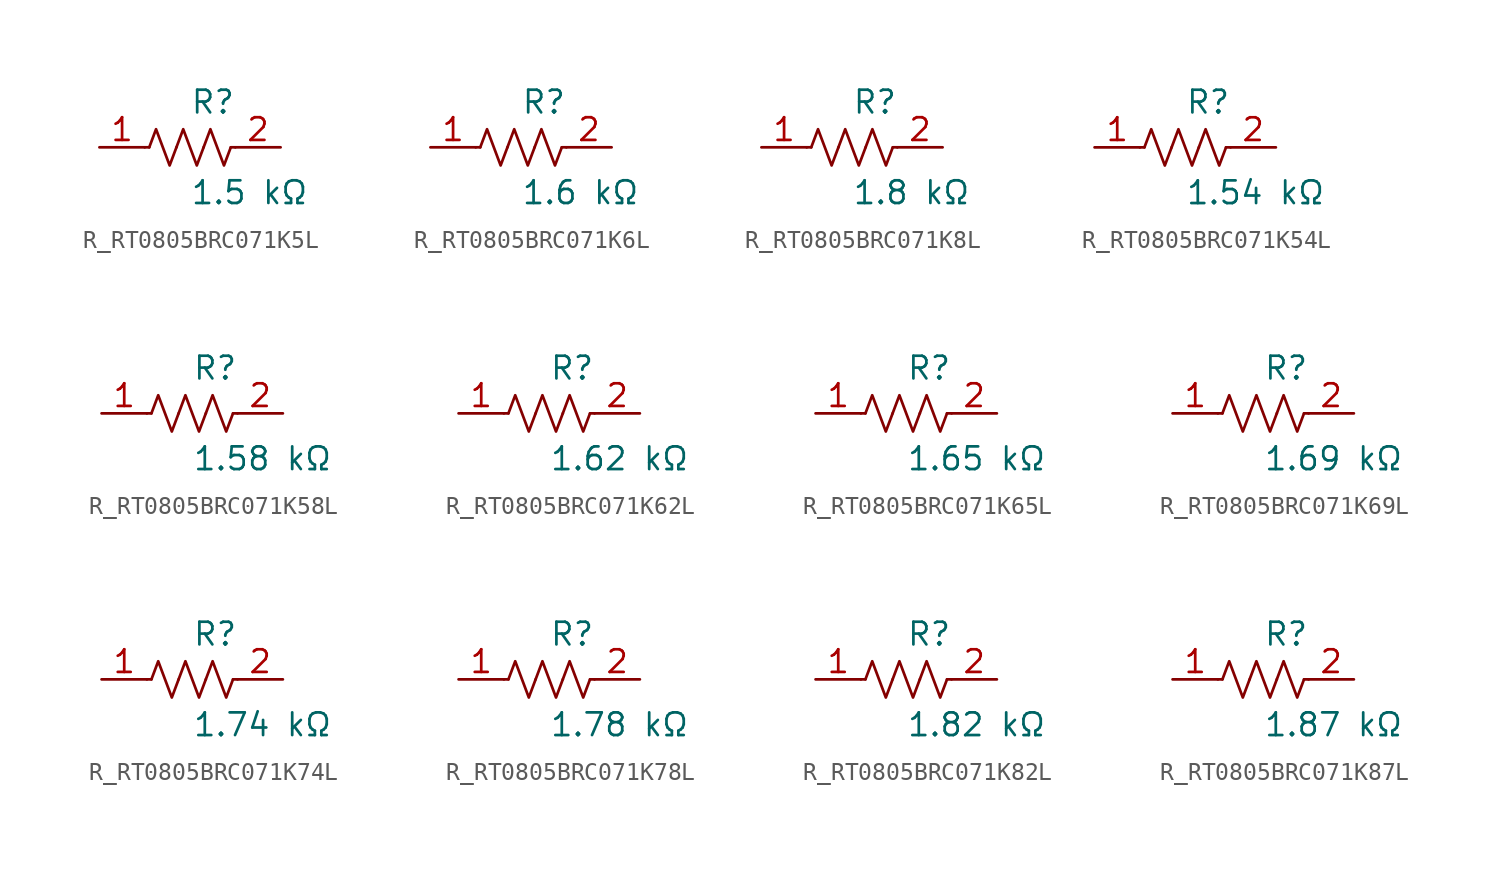
<source format=kicad_sym>
(kicad_symbol_lib
  (version 20231120)
  (generator kicad_symbol_editor)
  (generator_version 8.0)
  (symbol "R_RT0805BRC071K5L"
    (pin_names
      (offset 0.254))
    (property "Reference" "R"
      (at 0.0 2.54 0)
      (effects (font (size 1.27 1.27)) (justify left)))
    (property "Value" "1.5 kΩ"
      (at 0.0 -2.54 0)
      (effects (font (size 1.27 1.27)) (justify left)))
    (symbol "R_RT0805BRC071K5L_0_1"
      (polyline (pts (xy 2.286 0) (xy 2.54 0)) (stroke (width 0) (type default)) (fill (type none)))
      (polyline (pts (xy -2.286 0) (xy -2.54 0)) (stroke (width 0) (type default)) (fill (type none)))
      (polyline (pts (xy 0.762 0) (xy 1.143 1.016) (xy 1.524 0) (xy 1.905 -1.016) (xy 2.286 0)) (stroke (width 0) (type default)) (fill (type none)))
      (polyline (pts (xy -0.762 0) (xy -0.381 1.016) (xy 0 0) (xy 0.381 -1.016) (xy 0.762 0)) (stroke (width 0) (type default)) (fill (type none)))
      (polyline (pts (xy -2.286 0) (xy -1.905 1.016) (xy -1.524 0) (xy -1.143 -1.016) (xy -0.762 0)) (stroke (width 0) (type default)) (fill (type none))))
    (pin unspecified line
      (at -5.08 0 0)
      (length 2.54)
      (name "" (effects (font (size 1.27 1.27))))
      (number "1" (effects (font (size 1.27 1.27)))))
    (pin unspecified line
      (at 5.08 0 180)
      (length 2.54)
      (name "" (effects (font (size 1.27 1.27))))
      (number "2" (effects (font (size 1.27 1.27))))))
  (symbol "R_RT0805BRC071K6L"
    (pin_names
      (offset 0.254))
    (property "Reference" "R"
      (at 0.0 2.54 0)
      (effects (font (size 1.27 1.27)) (justify left)))
    (property "Value" "1.6 kΩ"
      (at 0.0 -2.54 0)
      (effects (font (size 1.27 1.27)) (justify left)))
    (symbol "R_RT0805BRC071K6L_0_1"
      (polyline (pts (xy 2.286 0) (xy 2.54 0)) (stroke (width 0) (type default)) (fill (type none)))
      (polyline (pts (xy -2.286 0) (xy -2.54 0)) (stroke (width 0) (type default)) (fill (type none)))
      (polyline (pts (xy 0.762 0) (xy 1.143 1.016) (xy 1.524 0) (xy 1.905 -1.016) (xy 2.286 0)) (stroke (width 0) (type default)) (fill (type none)))
      (polyline (pts (xy -0.762 0) (xy -0.381 1.016) (xy 0 0) (xy 0.381 -1.016) (xy 0.762 0)) (stroke (width 0) (type default)) (fill (type none)))
      (polyline (pts (xy -2.286 0) (xy -1.905 1.016) (xy -1.524 0) (xy -1.143 -1.016) (xy -0.762 0)) (stroke (width 0) (type default)) (fill (type none))))
    (pin unspecified line
      (at -5.08 0 0)
      (length 2.54)
      (name "" (effects (font (size 1.27 1.27))))
      (number "1" (effects (font (size 1.27 1.27)))))
    (pin unspecified line
      (at 5.08 0 180)
      (length 2.54)
      (name "" (effects (font (size 1.27 1.27))))
      (number "2" (effects (font (size 1.27 1.27))))))
  (symbol "R_RT0805BRC071K8L"
    (pin_names
      (offset 0.254))
    (property "Reference" "R"
      (at 0.0 2.54 0)
      (effects (font (size 1.27 1.27)) (justify left)))
    (property "Value" "1.8 kΩ"
      (at 0.0 -2.54 0)
      (effects (font (size 1.27 1.27)) (justify left)))
    (symbol "R_RT0805BRC071K8L_0_1"
      (polyline (pts (xy 2.286 0) (xy 2.54 0)) (stroke (width 0) (type default)) (fill (type none)))
      (polyline (pts (xy -2.286 0) (xy -2.54 0)) (stroke (width 0) (type default)) (fill (type none)))
      (polyline (pts (xy 0.762 0) (xy 1.143 1.016) (xy 1.524 0) (xy 1.905 -1.016) (xy 2.286 0)) (stroke (width 0) (type default)) (fill (type none)))
      (polyline (pts (xy -0.762 0) (xy -0.381 1.016) (xy 0 0) (xy 0.381 -1.016) (xy 0.762 0)) (stroke (width 0) (type default)) (fill (type none)))
      (polyline (pts (xy -2.286 0) (xy -1.905 1.016) (xy -1.524 0) (xy -1.143 -1.016) (xy -0.762 0)) (stroke (width 0) (type default)) (fill (type none))))
    (pin unspecified line
      (at -5.08 0 0)
      (length 2.54)
      (name "" (effects (font (size 1.27 1.27))))
      (number "1" (effects (font (size 1.27 1.27)))))
    (pin unspecified line
      (at 5.08 0 180)
      (length 2.54)
      (name "" (effects (font (size 1.27 1.27))))
      (number "2" (effects (font (size 1.27 1.27))))))
  (symbol "R_RT0805BRC071K54L"
    (pin_names
      (offset 0.254))
    (property "Reference" "R"
      (at 0.0 2.54 0)
      (effects (font (size 1.27 1.27)) (justify left)))
    (property "Value" "1.54 kΩ"
      (at 0.0 -2.54 0)
      (effects (font (size 1.27 1.27)) (justify left)))
    (symbol "R_RT0805BRC071K54L_0_1"
      (polyline (pts (xy 2.286 0) (xy 2.54 0)) (stroke (width 0) (type default)) (fill (type none)))
      (polyline (pts (xy -2.286 0) (xy -2.54 0)) (stroke (width 0) (type default)) (fill (type none)))
      (polyline (pts (xy 0.762 0) (xy 1.143 1.016) (xy 1.524 0) (xy 1.905 -1.016) (xy 2.286 0)) (stroke (width 0) (type default)) (fill (type none)))
      (polyline (pts (xy -0.762 0) (xy -0.381 1.016) (xy 0 0) (xy 0.381 -1.016) (xy 0.762 0)) (stroke (width 0) (type default)) (fill (type none)))
      (polyline (pts (xy -2.286 0) (xy -1.905 1.016) (xy -1.524 0) (xy -1.143 -1.016) (xy -0.762 0)) (stroke (width 0) (type default)) (fill (type none))))
    (pin unspecified line
      (at -5.08 0 0)
      (length 2.54)
      (name "" (effects (font (size 1.27 1.27))))
      (number "1" (effects (font (size 1.27 1.27)))))
    (pin unspecified line
      (at 5.08 0 180)
      (length 2.54)
      (name "" (effects (font (size 1.27 1.27))))
      (number "2" (effects (font (size 1.27 1.27))))))
  (symbol "R_RT0805BRC071K58L"
    (pin_names
      (offset 0.254))
    (property "Reference" "R"
      (at 0.0 2.54 0)
      (effects (font (size 1.27 1.27)) (justify left)))
    (property "Value" "1.58 kΩ"
      (at 0.0 -2.54 0)
      (effects (font (size 1.27 1.27)) (justify left)))
    (symbol "R_RT0805BRC071K58L_0_1"
      (polyline (pts (xy 2.286 0) (xy 2.54 0)) (stroke (width 0) (type default)) (fill (type none)))
      (polyline (pts (xy -2.286 0) (xy -2.54 0)) (stroke (width 0) (type default)) (fill (type none)))
      (polyline (pts (xy 0.762 0) (xy 1.143 1.016) (xy 1.524 0) (xy 1.905 -1.016) (xy 2.286 0)) (stroke (width 0) (type default)) (fill (type none)))
      (polyline (pts (xy -0.762 0) (xy -0.381 1.016) (xy 0 0) (xy 0.381 -1.016) (xy 0.762 0)) (stroke (width 0) (type default)) (fill (type none)))
      (polyline (pts (xy -2.286 0) (xy -1.905 1.016) (xy -1.524 0) (xy -1.143 -1.016) (xy -0.762 0)) (stroke (width 0) (type default)) (fill (type none))))
    (pin unspecified line
      (at -5.08 0 0)
      (length 2.54)
      (name "" (effects (font (size 1.27 1.27))))
      (number "1" (effects (font (size 1.27 1.27)))))
    (pin unspecified line
      (at 5.08 0 180)
      (length 2.54)
      (name "" (effects (font (size 1.27 1.27))))
      (number "2" (effects (font (size 1.27 1.27))))))
  (symbol "R_RT0805BRC071K62L"
    (pin_names
      (offset 0.254))
    (property "Reference" "R"
      (at 0.0 2.54 0)
      (effects (font (size 1.27 1.27)) (justify left)))
    (property "Value" "1.62 kΩ"
      (at 0.0 -2.54 0)
      (effects (font (size 1.27 1.27)) (justify left)))
    (symbol "R_RT0805BRC071K62L_0_1"
      (polyline (pts (xy 2.286 0) (xy 2.54 0)) (stroke (width 0) (type default)) (fill (type none)))
      (polyline (pts (xy -2.286 0) (xy -2.54 0)) (stroke (width 0) (type default)) (fill (type none)))
      (polyline (pts (xy 0.762 0) (xy 1.143 1.016) (xy 1.524 0) (xy 1.905 -1.016) (xy 2.286 0)) (stroke (width 0) (type default)) (fill (type none)))
      (polyline (pts (xy -0.762 0) (xy -0.381 1.016) (xy 0 0) (xy 0.381 -1.016) (xy 0.762 0)) (stroke (width 0) (type default)) (fill (type none)))
      (polyline (pts (xy -2.286 0) (xy -1.905 1.016) (xy -1.524 0) (xy -1.143 -1.016) (xy -0.762 0)) (stroke (width 0) (type default)) (fill (type none))))
    (pin unspecified line
      (at -5.08 0 0)
      (length 2.54)
      (name "" (effects (font (size 1.27 1.27))))
      (number "1" (effects (font (size 1.27 1.27)))))
    (pin unspecified line
      (at 5.08 0 180)
      (length 2.54)
      (name "" (effects (font (size 1.27 1.27))))
      (number "2" (effects (font (size 1.27 1.27))))))
  (symbol "R_RT0805BRC071K65L"
    (pin_names
      (offset 0.254))
    (property "Reference" "R"
      (at 0.0 2.54 0)
      (effects (font (size 1.27 1.27)) (justify left)))
    (property "Value" "1.65 kΩ"
      (at 0.0 -2.54 0)
      (effects (font (size 1.27 1.27)) (justify left)))
    (symbol "R_RT0805BRC071K65L_0_1"
      (polyline (pts (xy 2.286 0) (xy 2.54 0)) (stroke (width 0) (type default)) (fill (type none)))
      (polyline (pts (xy -2.286 0) (xy -2.54 0)) (stroke (width 0) (type default)) (fill (type none)))
      (polyline (pts (xy 0.762 0) (xy 1.143 1.016) (xy 1.524 0) (xy 1.905 -1.016) (xy 2.286 0)) (stroke (width 0) (type default)) (fill (type none)))
      (polyline (pts (xy -0.762 0) (xy -0.381 1.016) (xy 0 0) (xy 0.381 -1.016) (xy 0.762 0)) (stroke (width 0) (type default)) (fill (type none)))
      (polyline (pts (xy -2.286 0) (xy -1.905 1.016) (xy -1.524 0) (xy -1.143 -1.016) (xy -0.762 0)) (stroke (width 0) (type default)) (fill (type none))))
    (pin unspecified line
      (at -5.08 0 0)
      (length 2.54)
      (name "" (effects (font (size 1.27 1.27))))
      (number "1" (effects (font (size 1.27 1.27)))))
    (pin unspecified line
      (at 5.08 0 180)
      (length 2.54)
      (name "" (effects (font (size 1.27 1.27))))
      (number "2" (effects (font (size 1.27 1.27))))))
  (symbol "R_RT0805BRC071K69L"
    (pin_names
      (offset 0.254))
    (property "Reference" "R"
      (at 0.0 2.54 0)
      (effects (font (size 1.27 1.27)) (justify left)))
    (property "Value" "1.69 kΩ"
      (at 0.0 -2.54 0)
      (effects (font (size 1.27 1.27)) (justify left)))
    (symbol "R_RT0805BRC071K69L_0_1"
      (polyline (pts (xy 2.286 0) (xy 2.54 0)) (stroke (width 0) (type default)) (fill (type none)))
      (polyline (pts (xy -2.286 0) (xy -2.54 0)) (stroke (width 0) (type default)) (fill (type none)))
      (polyline (pts (xy 0.762 0) (xy 1.143 1.016) (xy 1.524 0) (xy 1.905 -1.016) (xy 2.286 0)) (stroke (width 0) (type default)) (fill (type none)))
      (polyline (pts (xy -0.762 0) (xy -0.381 1.016) (xy 0 0) (xy 0.381 -1.016) (xy 0.762 0)) (stroke (width 0) (type default)) (fill (type none)))
      (polyline (pts (xy -2.286 0) (xy -1.905 1.016) (xy -1.524 0) (xy -1.143 -1.016) (xy -0.762 0)) (stroke (width 0) (type default)) (fill (type none))))
    (pin unspecified line
      (at -5.08 0 0)
      (length 2.54)
      (name "" (effects (font (size 1.27 1.27))))
      (number "1" (effects (font (size 1.27 1.27)))))
    (pin unspecified line
      (at 5.08 0 180)
      (length 2.54)
      (name "" (effects (font (size 1.27 1.27))))
      (number "2" (effects (font (size 1.27 1.27))))))
  (symbol "R_RT0805BRC071K74L"
    (pin_names
      (offset 0.254))
    (property "Reference" "R"
      (at 0.0 2.54 0)
      (effects (font (size 1.27 1.27)) (justify left)))
    (property "Value" "1.74 kΩ"
      (at 0.0 -2.54 0)
      (effects (font (size 1.27 1.27)) (justify left)))
    (symbol "R_RT0805BRC071K74L_0_1"
      (polyline (pts (xy 2.286 0) (xy 2.54 0)) (stroke (width 0) (type default)) (fill (type none)))
      (polyline (pts (xy -2.286 0) (xy -2.54 0)) (stroke (width 0) (type default)) (fill (type none)))
      (polyline (pts (xy 0.762 0) (xy 1.143 1.016) (xy 1.524 0) (xy 1.905 -1.016) (xy 2.286 0)) (stroke (width 0) (type default)) (fill (type none)))
      (polyline (pts (xy -0.762 0) (xy -0.381 1.016) (xy 0 0) (xy 0.381 -1.016) (xy 0.762 0)) (stroke (width 0) (type default)) (fill (type none)))
      (polyline (pts (xy -2.286 0) (xy -1.905 1.016) (xy -1.524 0) (xy -1.143 -1.016) (xy -0.762 0)) (stroke (width 0) (type default)) (fill (type none))))
    (pin unspecified line
      (at -5.08 0 0)
      (length 2.54)
      (name "" (effects (font (size 1.27 1.27))))
      (number "1" (effects (font (size 1.27 1.27)))))
    (pin unspecified line
      (at 5.08 0 180)
      (length 2.54)
      (name "" (effects (font (size 1.27 1.27))))
      (number "2" (effects (font (size 1.27 1.27))))))
  (symbol "R_RT0805BRC071K78L"
    (pin_names
      (offset 0.254))
    (property "Reference" "R"
      (at 0.0 2.54 0)
      (effects (font (size 1.27 1.27)) (justify left)))
    (property "Value" "1.78 kΩ"
      (at 0.0 -2.54 0)
      (effects (font (size 1.27 1.27)) (justify left)))
    (symbol "R_RT0805BRC071K78L_0_1"
      (polyline (pts (xy 2.286 0) (xy 2.54 0)) (stroke (width 0) (type default)) (fill (type none)))
      (polyline (pts (xy -2.286 0) (xy -2.54 0)) (stroke (width 0) (type default)) (fill (type none)))
      (polyline (pts (xy 0.762 0) (xy 1.143 1.016) (xy 1.524 0) (xy 1.905 -1.016) (xy 2.286 0)) (stroke (width 0) (type default)) (fill (type none)))
      (polyline (pts (xy -0.762 0) (xy -0.381 1.016) (xy 0 0) (xy 0.381 -1.016) (xy 0.762 0)) (stroke (width 0) (type default)) (fill (type none)))
      (polyline (pts (xy -2.286 0) (xy -1.905 1.016) (xy -1.524 0) (xy -1.143 -1.016) (xy -0.762 0)) (stroke (width 0) (type default)) (fill (type none))))
    (pin unspecified line
      (at -5.08 0 0)
      (length 2.54)
      (name "" (effects (font (size 1.27 1.27))))
      (number "1" (effects (font (size 1.27 1.27)))))
    (pin unspecified line
      (at 5.08 0 180)
      (length 2.54)
      (name "" (effects (font (size 1.27 1.27))))
      (number "2" (effects (font (size 1.27 1.27))))))
  (symbol "R_RT0805BRC071K82L"
    (pin_names
      (offset 0.254))
    (property "Reference" "R"
      (at 0.0 2.54 0)
      (effects (font (size 1.27 1.27)) (justify left)))
    (property "Value" "1.82 kΩ"
      (at 0.0 -2.54 0)
      (effects (font (size 1.27 1.27)) (justify left)))
    (symbol "R_RT0805BRC071K82L_0_1"
      (polyline (pts (xy 2.286 0) (xy 2.54 0)) (stroke (width 0) (type default)) (fill (type none)))
      (polyline (pts (xy -2.286 0) (xy -2.54 0)) (stroke (width 0) (type default)) (fill (type none)))
      (polyline (pts (xy 0.762 0) (xy 1.143 1.016) (xy 1.524 0) (xy 1.905 -1.016) (xy 2.286 0)) (stroke (width 0) (type default)) (fill (type none)))
      (polyline (pts (xy -0.762 0) (xy -0.381 1.016) (xy 0 0) (xy 0.381 -1.016) (xy 0.762 0)) (stroke (width 0) (type default)) (fill (type none)))
      (polyline (pts (xy -2.286 0) (xy -1.905 1.016) (xy -1.524 0) (xy -1.143 -1.016) (xy -0.762 0)) (stroke (width 0) (type default)) (fill (type none))))
    (pin unspecified line
      (at -5.08 0 0)
      (length 2.54)
      (name "" (effects (font (size 1.27 1.27))))
      (number "1" (effects (font (size 1.27 1.27)))))
    (pin unspecified line
      (at 5.08 0 180)
      (length 2.54)
      (name "" (effects (font (size 1.27 1.27))))
      (number "2" (effects (font (size 1.27 1.27))))))
  (symbol "R_RT0805BRC071K87L"
    (pin_names
      (offset 0.254))
    (property "Reference" "R"
      (at 0.0 2.54 0)
      (effects (font (size 1.27 1.27)) (justify left)))
    (property "Value" "1.87 kΩ"
      (at 0.0 -2.54 0)
      (effects (font (size 1.27 1.27)) (justify left)))
    (symbol "R_RT0805BRC071K87L_0_1"
      (polyline (pts (xy 2.286 0) (xy 2.54 0)) (stroke (width 0) (type default)) (fill (type none)))
      (polyline (pts (xy -2.286 0) (xy -2.54 0)) (stroke (width 0) (type default)) (fill (type none)))
      (polyline (pts (xy 0.762 0) (xy 1.143 1.016) (xy 1.524 0) (xy 1.905 -1.016) (xy 2.286 0)) (stroke (width 0) (type default)) (fill (type none)))
      (polyline (pts (xy -0.762 0) (xy -0.381 1.016) (xy 0 0) (xy 0.381 -1.016) (xy 0.762 0)) (stroke (width 0) (type default)) (fill (type none)))
      (polyline (pts (xy -2.286 0) (xy -1.905 1.016) (xy -1.524 0) (xy -1.143 -1.016) (xy -0.762 0)) (stroke (width 0) (type default)) (fill (type none))))
    (pin unspecified line
      (at -5.08 0 0)
      (length 2.54)
      (name "" (effects (font (size 1.27 1.27))))
      (number "1" (effects (font (size 1.27 1.27)))))
    (pin unspecified line
      (at 5.08 0 180)
      (length 2.54)
      (name "" (effects (font (size 1.27 1.27))))
      (number "2" (effects (font (size 1.27 1.27)))))))
</source>
